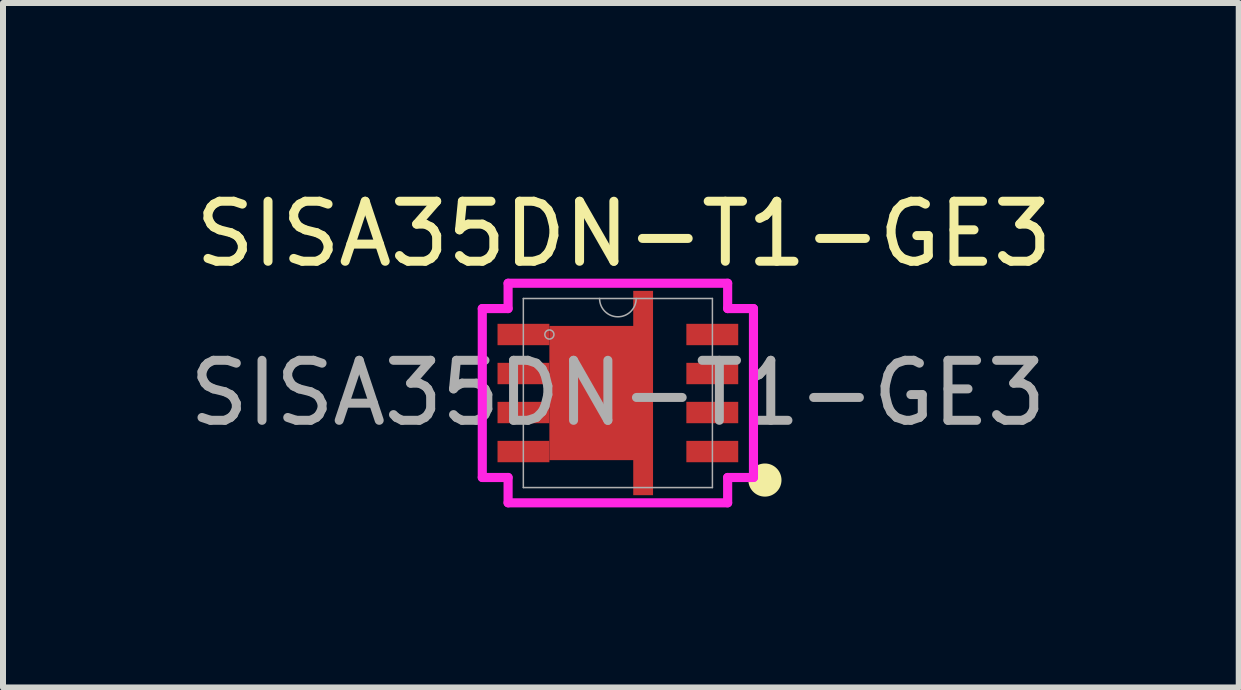
<source format=kicad_pcb>
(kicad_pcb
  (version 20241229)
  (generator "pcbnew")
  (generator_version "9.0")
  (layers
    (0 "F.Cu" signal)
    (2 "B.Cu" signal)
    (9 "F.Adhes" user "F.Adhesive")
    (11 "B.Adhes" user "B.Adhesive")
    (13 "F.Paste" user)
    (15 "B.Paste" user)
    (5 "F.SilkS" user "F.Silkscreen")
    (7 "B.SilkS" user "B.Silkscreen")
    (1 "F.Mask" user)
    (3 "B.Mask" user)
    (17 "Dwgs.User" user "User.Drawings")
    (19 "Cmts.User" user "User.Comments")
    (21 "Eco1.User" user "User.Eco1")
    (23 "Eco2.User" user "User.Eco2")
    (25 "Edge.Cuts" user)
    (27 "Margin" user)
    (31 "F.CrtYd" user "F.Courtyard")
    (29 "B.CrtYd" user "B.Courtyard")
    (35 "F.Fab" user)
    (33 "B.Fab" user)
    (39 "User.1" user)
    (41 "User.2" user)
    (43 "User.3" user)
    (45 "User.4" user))
  (footprint "SISA35DN-T1-GE3"
    (layer "F.Cu")
    (at 7.244 3.498)
    (property "Reference" "SISA35DN-T1-GE3" (at 0.1 -2.65 0) (unlocked yes) (layer "F.SilkS") (effects (font (size 1 1) (thickness 0.15))))
    (attr smd)
    (fp_poly (pts (xy -1.141 -1.118) (xy 0.256 -1.118) (xy 0.256 -1.702) (xy 0.586 -1.702) (xy 0.586 1.702) (xy 0.256 1.702) (xy 0.256 1.118) (xy -1.141 1.118)) (stroke (width 0) (type solid)) (fill yes) (layer "F.Cu"))
    (fp_poly (pts (xy -1.141 -1.118) (xy 0.256 -1.118) (xy 0.256 -1.702) (xy 0.586 -1.702) (xy 0.586 1.702) (xy 0.256 1.702) (xy 0.256 1.118) (xy -1.141 1.118)) (stroke (width 0) (type solid)) (fill yes) (layer "F.Mask"))
    (fp_circle (center 2.45 1.45) (end 2.65 1.45) (stroke (width 0.152) (type solid)) (fill yes) (layer "F.SilkS"))
    (fp_poly (pts (xy -1.141 -1.118) (xy 0.256 -1.118) (xy 0.256 -1.702) (xy 0.586 -1.702) (xy 0.586 1.702) (xy 0.256 1.702) (xy 0.256 1.118) (xy -1.141 1.118)) (stroke (width 0) (type solid)) (fill yes) (layer "F.Paste"))
    (fp_line (start -2.259 -1.407) (end -1.829 -1.407) (stroke (width 0.152) (type solid)) (layer "F.CrtYd"))
    (fp_line (start -2.259 1.407) (end -2.259 -1.407) (stroke (width 0.152) (type solid)) (layer "F.CrtYd"))
    (fp_line (start -2.259 1.407) (end -1.829 1.407) (stroke (width 0.152) (type solid)) (layer "F.CrtYd"))
    (fp_line (start -1.829 -1.829) (end 1.829 -1.829) (stroke (width 0.152) (type solid)) (layer "F.CrtYd"))
    (fp_line (start -1.829 -1.407) (end -1.829 -1.829) (stroke (width 0.152) (type solid)) (layer "F.CrtYd"))
    (fp_line (start -1.829 1.829) (end -1.829 1.407) (stroke (width 0.152) (type solid)) (layer "F.CrtYd"))
    (fp_line (start 1.829 -1.829) (end 1.829 -1.407) (stroke (width 0.152) (type solid)) (layer "F.CrtYd"))
    (fp_line (start 1.829 1.407) (end 1.829 1.829) (stroke (width 0.152) (type solid)) (layer "F.CrtYd"))
    (fp_line (start 1.829 1.829) (end -1.829 1.829) (stroke (width 0.152) (type solid)) (layer "F.CrtYd"))
    (fp_line (start 2.259 -1.407) (end 1.829 -1.407) (stroke (width 0.152) (type solid)) (layer "F.CrtYd"))
    (fp_line (start 2.259 -1.407) (end 2.259 1.407) (stroke (width 0.152) (type solid)) (layer "F.CrtYd"))
    (fp_line (start 2.259 1.407) (end 1.829 1.407) (stroke (width 0.152) (type solid)) (layer "F.CrtYd"))
    (fp_line (start -1.575 -1.575) (end -1.575 1.575) (stroke (width 0.025) (type solid)) (layer "F.Fab"))
    (fp_line (start -1.575 1.575) (end 1.575 1.575) (stroke (width 0.025) (type solid)) (layer "F.Fab"))
    (fp_line (start 1.575 -1.575) (end -1.575 -1.575) (stroke (width 0.025) (type solid)) (layer "F.Fab"))
    (fp_line (start 1.575 1.575) (end 1.575 -1.575) (stroke (width 0.025) (type solid)) (layer "F.Fab"))
    (fp_arc (start 0.3048 -1.5748) (mid 0 -1.27) (end -0.3048 -1.5748) (stroke (width 0.0254) (type solid)) (layer "F.Fab"))
    (fp_circle (center -1.141 -0.975) (end -1.065 -0.975) (stroke (width 0.025) (type solid)) (fill no) (layer "F.Fab"))
    (fp_text user "${REFERENCE}" (at 0 0 0) (unlocked yes) (layer "F.Fab") (effects (font (size 1 1) (thickness 0.15))))
    (pad "1" smd rect (at 1.573 0.975) (size 0.864 0.356) (layers "F.Cu" "F.Mask" "F.Paste"))
    (pad "2" smd rect (at 1.573 0.325) (size 0.864 0.356) (layers "F.Cu" "F.Mask" "F.Paste"))
    (pad "3" smd rect (at 1.573 -0.325) (size 0.864 0.356) (layers "F.Cu" "F.Mask" "F.Paste"))
    (pad "4" smd rect (at 1.573 -0.975) (size 0.864 0.356) (layers "F.Cu" "F.Mask" "F.Paste"))
    (pad "5" smd rect (at -1.573 -0.975) (size 0.864 0.356) (layers "F.Cu" "F.Mask" "F.Paste"))
    (pad "6" smd rect (at -1.573 -0.325) (size 0.864 0.356) (layers "F.Cu" "F.Mask" "F.Paste"))
    (pad "7" smd rect (at -1.573 0.325) (size 0.864 0.356) (layers "F.Cu" "F.Mask" "F.Paste"))
    (pad "8" smd rect (at -1.573 0.975) (size 0.864 0.356) (layers "F.Cu" "F.Mask" "F.Paste")))
  (gr_rect
    (start -3 -3)
    (end 17.588 8.403)
    (stroke (width 0.1) (type default))
    (fill no)
    (layer "Edge.Cuts")))
</source>
